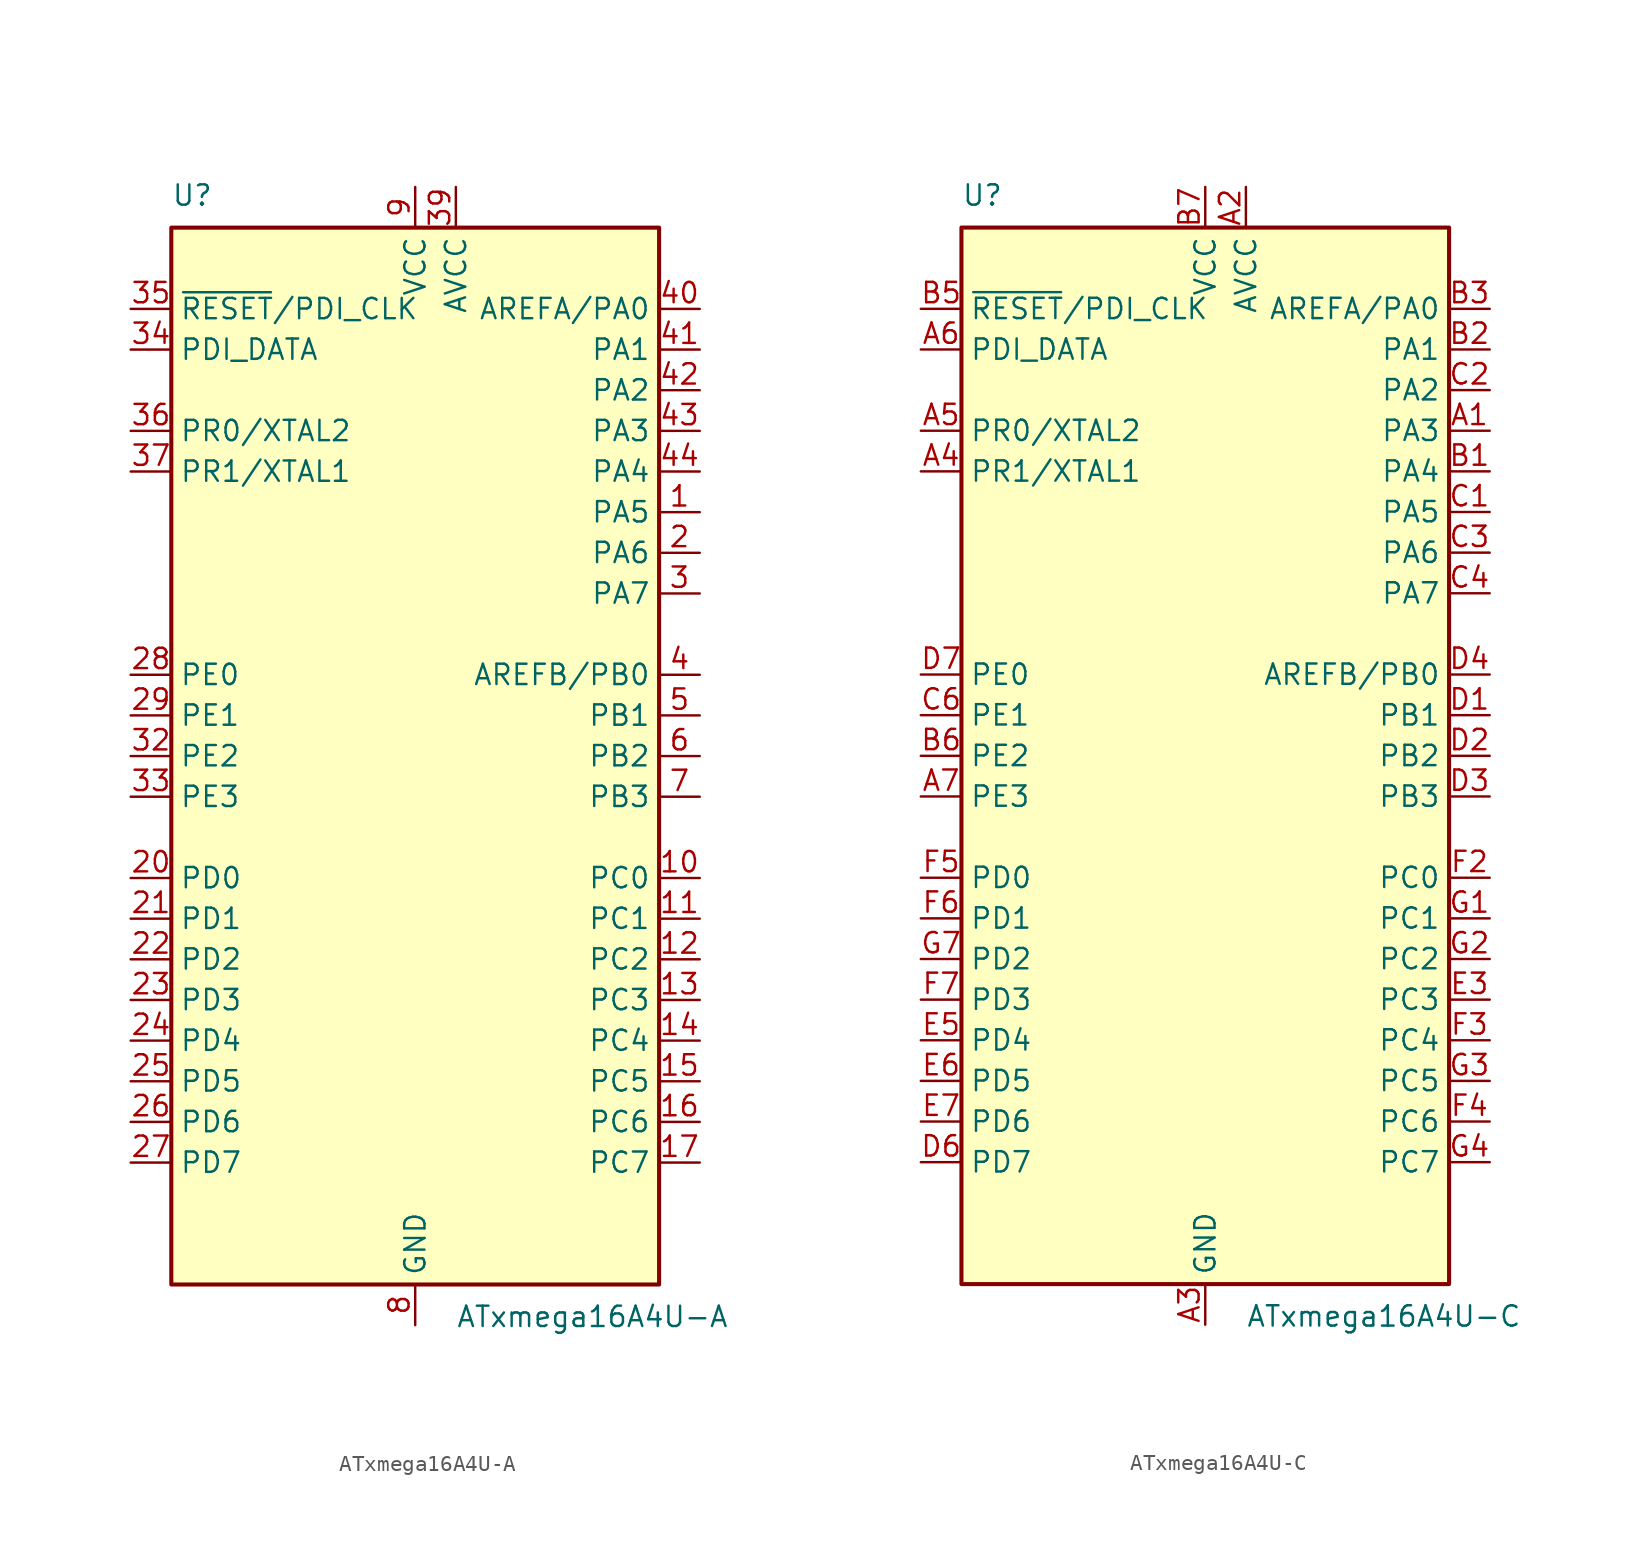
<source format=kicad_sym>
(kicad_symbol_lib
  (version 20241209)
  (generator "kicad_symbol_editor")
  (generator_version "9.0")
  (symbol "ATxmega16A4U-A"
    (property "Reference" "U"
      (at -15.24 34.29 0)
      (effects (font (size 1.27 1.27)) (justify left bottom)))
    (property "Value" "ATxmega16A4U-A"
      (at 2.54 -34.29 0)
      (effects (font (size 1.27 1.27)) (justify left top)))
    (symbol "ATxmega16A4U-A_0_1"
      (rectangle (start -15.24 -33.02) (end 15.24 33.02) (stroke (width 0.254) (type default)) (fill (type background))))
    (symbol "ATxmega16A4U-A_1_1"
      (pin input line (at -17.78 27.94 0) (length 2.54) (name "~{RESET}/PDI_CLK" (effects (font (size 1.27 1.27)))) (number "35" (effects (font (size 1.27 1.27)))))
      (pin bidirectional line (at -17.78 25.4 0) (length 2.54) (name "PDI_DATA" (effects (font (size 1.27 1.27)))) (number "34" (effects (font (size 1.27 1.27)))))
      (pin bidirectional line (at -17.78 20.32 0) (length 2.54) (name "PR0/XTAL2" (effects (font (size 1.27 1.27)))) (number "36" (effects (font (size 1.27 1.27)))))
      (pin bidirectional line (at -17.78 17.78 0) (length 2.54) (name "PR1/XTAL1" (effects (font (size 1.27 1.27)))) (number "37" (effects (font (size 1.27 1.27)))))
      (pin bidirectional line (at -17.78 5.08 0) (length 2.54) (name "PE0" (effects (font (size 1.27 1.27)))) (number "28" (effects (font (size 1.27 1.27)))))
      (pin bidirectional line (at -17.78 2.54 0) (length 2.54) (name "PE1" (effects (font (size 1.27 1.27)))) (number "29" (effects (font (size 1.27 1.27)))))
      (pin bidirectional line (at -17.78 0 0) (length 2.54) (name "PE2" (effects (font (size 1.27 1.27)))) (number "32" (effects (font (size 1.27 1.27)))))
      (pin bidirectional line (at -17.78 -2.54 0) (length 2.54) (name "PE3" (effects (font (size 1.27 1.27)))) (number "33" (effects (font (size 1.27 1.27)))))
      (pin bidirectional line (at -17.78 -7.62 0) (length 2.54) (name "PD0" (effects (font (size 1.27 1.27)))) (number "20" (effects (font (size 1.27 1.27)))))
      (pin bidirectional line (at -17.78 -10.16 0) (length 2.54) (name "PD1" (effects (font (size 1.27 1.27)))) (number "21" (effects (font (size 1.27 1.27)))))
      (pin bidirectional line (at -17.78 -12.7 0) (length 2.54) (name "PD2" (effects (font (size 1.27 1.27)))) (number "22" (effects (font (size 1.27 1.27)))))
      (pin bidirectional line (at -17.78 -15.24 0) (length 2.54) (name "PD3" (effects (font (size 1.27 1.27)))) (number "23" (effects (font (size 1.27 1.27)))))
      (pin bidirectional line (at -17.78 -17.78 0) (length 2.54) (name "PD4" (effects (font (size 1.27 1.27)))) (number "24" (effects (font (size 1.27 1.27)))))
      (pin bidirectional line (at -17.78 -20.32 0) (length 2.54) (name "PD5" (effects (font (size 1.27 1.27)))) (number "25" (effects (font (size 1.27 1.27)))))
      (pin bidirectional line (at -17.78 -22.86 0) (length 2.54) (name "PD6" (effects (font (size 1.27 1.27)))) (number "26" (effects (font (size 1.27 1.27)))))
      (pin bidirectional line (at -17.78 -25.4 0) (length 2.54) (name "PD7" (effects (font (size 1.27 1.27)))) (number "27" (effects (font (size 1.27 1.27)))))
      (pin passive line (at 0 35.56 270) (length 2.54) (hide yes) (name "VCC" (effects (font (size 1.27 1.27)))) (number "19" (effects (font (size 1.27 1.27)))))
      (pin passive line (at 0 35.56 270) (length 2.54) (hide yes) (name "VCC" (effects (font (size 1.27 1.27)))) (number "31" (effects (font (size 1.27 1.27)))))
      (pin power_in line (at 0 35.56 270) (length 2.54) (name "VCC" (effects (font (size 1.27 1.27)))) (number "9" (effects (font (size 1.27 1.27)))))
      (pin passive line (at 0 -35.56 90) (length 2.54) (hide yes) (name "GND" (effects (font (size 1.27 1.27)))) (number "18" (effects (font (size 1.27 1.27)))))
      (pin passive line (at 0 -35.56 90) (length 2.54) (hide yes) (name "GND" (effects (font (size 1.27 1.27)))) (number "30" (effects (font (size 1.27 1.27)))))
      (pin passive line (at 0 -35.56 90) (length 2.54) (hide yes) (name "GND" (effects (font (size 1.27 1.27)))) (number "38" (effects (font (size 1.27 1.27)))))
      (pin power_in line (at 0 -35.56 90) (length 2.54) (name "GND" (effects (font (size 1.27 1.27)))) (number "8" (effects (font (size 1.27 1.27)))))
      (pin power_in line (at 2.54 35.56 270) (length 2.54) (name "AVCC" (effects (font (size 1.27 1.27)))) (number "39" (effects (font (size 1.27 1.27)))))
      (pin bidirectional line (at 17.78 27.94 180) (length 2.54) (name "AREFA/PA0" (effects (font (size 1.27 1.27)))) (number "40" (effects (font (size 1.27 1.27)))))
      (pin bidirectional line (at 17.78 25.4 180) (length 2.54) (name "PA1" (effects (font (size 1.27 1.27)))) (number "41" (effects (font (size 1.27 1.27)))))
      (pin bidirectional line (at 17.78 22.86 180) (length 2.54) (name "PA2" (effects (font (size 1.27 1.27)))) (number "42" (effects (font (size 1.27 1.27)))))
      (pin bidirectional line (at 17.78 20.32 180) (length 2.54) (name "PA3" (effects (font (size 1.27 1.27)))) (number "43" (effects (font (size 1.27 1.27)))))
      (pin bidirectional line (at 17.78 17.78 180) (length 2.54) (name "PA4" (effects (font (size 1.27 1.27)))) (number "44" (effects (font (size 1.27 1.27)))))
      (pin bidirectional line (at 17.78 15.24 180) (length 2.54) (name "PA5" (effects (font (size 1.27 1.27)))) (number "1" (effects (font (size 1.27 1.27)))))
      (pin bidirectional line (at 17.78 12.7 180) (length 2.54) (name "PA6" (effects (font (size 1.27 1.27)))) (number "2" (effects (font (size 1.27 1.27)))))
      (pin bidirectional line (at 17.78 10.16 180) (length 2.54) (name "PA7" (effects (font (size 1.27 1.27)))) (number "3" (effects (font (size 1.27 1.27)))))
      (pin bidirectional line (at 17.78 5.08 180) (length 2.54) (name "AREFB/PB0" (effects (font (size 1.27 1.27)))) (number "4" (effects (font (size 1.27 1.27)))))
      (pin bidirectional line (at 17.78 2.54 180) (length 2.54) (name "PB1" (effects (font (size 1.27 1.27)))) (number "5" (effects (font (size 1.27 1.27)))))
      (pin bidirectional line (at 17.78 0 180) (length 2.54) (name "PB2" (effects (font (size 1.27 1.27)))) (number "6" (effects (font (size 1.27 1.27)))))
      (pin bidirectional line (at 17.78 -2.54 180) (length 2.54) (name "PB3" (effects (font (size 1.27 1.27)))) (number "7" (effects (font (size 1.27 1.27)))))
      (pin bidirectional line (at 17.78 -7.62 180) (length 2.54) (name "PC0" (effects (font (size 1.27 1.27)))) (number "10" (effects (font (size 1.27 1.27)))))
      (pin bidirectional line (at 17.78 -10.16 180) (length 2.54) (name "PC1" (effects (font (size 1.27 1.27)))) (number "11" (effects (font (size 1.27 1.27)))))
      (pin bidirectional line (at 17.78 -12.7 180) (length 2.54) (name "PC2" (effects (font (size 1.27 1.27)))) (number "12" (effects (font (size 1.27 1.27)))))
      (pin bidirectional line (at 17.78 -15.24 180) (length 2.54) (name "PC3" (effects (font (size 1.27 1.27)))) (number "13" (effects (font (size 1.27 1.27)))))
      (pin bidirectional line (at 17.78 -17.78 180) (length 2.54) (name "PC4" (effects (font (size 1.27 1.27)))) (number "14" (effects (font (size 1.27 1.27)))))
      (pin bidirectional line (at 17.78 -20.32 180) (length 2.54) (name "PC5" (effects (font (size 1.27 1.27)))) (number "15" (effects (font (size 1.27 1.27)))))
      (pin bidirectional line (at 17.78 -22.86 180) (length 2.54) (name "PC6" (effects (font (size 1.27 1.27)))) (number "16" (effects (font (size 1.27 1.27)))))
      (pin bidirectional line (at 17.78 -25.4 180) (length 2.54) (name "PC7" (effects (font (size 1.27 1.27)))) (number "17" (effects (font (size 1.27 1.27)))))))
  (symbol "ATxmega16A4U-C"
    (property "Reference" "U"
      (at -15.24 34.29 0)
      (effects (font (size 1.27 1.27)) (justify left bottom)))
    (property "Value" "ATxmega16A4U-C"
      (at 2.54 -34.29 0)
      (effects (font (size 1.27 1.27)) (justify left top)))
    (symbol "ATxmega16A4U-C_0_1"
      (rectangle (start -15.24 -33.02) (end 15.24 33.02) (stroke (width 0.254) (type default)) (fill (type background))))
    (symbol "ATxmega16A4U-C_1_1"
      (pin input line (at -17.78 27.94 0) (length 2.54) (name "~{RESET}/PDI_CLK" (effects (font (size 1.27 1.27)))) (number "B5" (effects (font (size 1.27 1.27)))))
      (pin bidirectional line (at -17.78 25.4 0) (length 2.54) (name "PDI_DATA" (effects (font (size 1.27 1.27)))) (number "A6" (effects (font (size 1.27 1.27)))))
      (pin bidirectional line (at -17.78 20.32 0) (length 2.54) (name "PR0/XTAL2" (effects (font (size 1.27 1.27)))) (number "A5" (effects (font (size 1.27 1.27)))))
      (pin bidirectional line (at -17.78 17.78 0) (length 2.54) (name "PR1/XTAL1" (effects (font (size 1.27 1.27)))) (number "A4" (effects (font (size 1.27 1.27)))))
      (pin bidirectional line (at -17.78 5.08 0) (length 2.54) (name "PE0" (effects (font (size 1.27 1.27)))) (number "D7" (effects (font (size 1.27 1.27)))))
      (pin bidirectional line (at -17.78 2.54 0) (length 2.54) (name "PE1" (effects (font (size 1.27 1.27)))) (number "C6" (effects (font (size 1.27 1.27)))))
      (pin bidirectional line (at -17.78 0 0) (length 2.54) (name "PE2" (effects (font (size 1.27 1.27)))) (number "B6" (effects (font (size 1.27 1.27)))))
      (pin bidirectional line (at -17.78 -2.54 0) (length 2.54) (name "PE3" (effects (font (size 1.27 1.27)))) (number "A7" (effects (font (size 1.27 1.27)))))
      (pin bidirectional line (at -17.78 -7.62 0) (length 2.54) (name "PD0" (effects (font (size 1.27 1.27)))) (number "F5" (effects (font (size 1.27 1.27)))))
      (pin bidirectional line (at -17.78 -10.16 0) (length 2.54) (name "PD1" (effects (font (size 1.27 1.27)))) (number "F6" (effects (font (size 1.27 1.27)))))
      (pin bidirectional line (at -17.78 -12.7 0) (length 2.54) (name "PD2" (effects (font (size 1.27 1.27)))) (number "G7" (effects (font (size 1.27 1.27)))))
      (pin bidirectional line (at -17.78 -15.24 0) (length 2.54) (name "PD3" (effects (font (size 1.27 1.27)))) (number "F7" (effects (font (size 1.27 1.27)))))
      (pin bidirectional line (at -17.78 -17.78 0) (length 2.54) (name "PD4" (effects (font (size 1.27 1.27)))) (number "E5" (effects (font (size 1.27 1.27)))))
      (pin bidirectional line (at -17.78 -20.32 0) (length 2.54) (name "PD5" (effects (font (size 1.27 1.27)))) (number "E6" (effects (font (size 1.27 1.27)))))
      (pin bidirectional line (at -17.78 -22.86 0) (length 2.54) (name "PD6" (effects (font (size 1.27 1.27)))) (number "E7" (effects (font (size 1.27 1.27)))))
      (pin bidirectional line (at -17.78 -25.4 0) (length 2.54) (name "PD7" (effects (font (size 1.27 1.27)))) (number "D6" (effects (font (size 1.27 1.27)))))
      (pin power_in line (at 0 35.56 270) (length 2.54) (name "VCC" (effects (font (size 1.27 1.27)))) (number "B7" (effects (font (size 1.27 1.27)))))
      (pin passive line (at 0 35.56 270) (length 2.54) (hide yes) (name "VCC" (effects (font (size 1.27 1.27)))) (number "F1" (effects (font (size 1.27 1.27)))))
      (pin passive line (at 0 35.56 270) (length 2.54) (hide yes) (name "VCC" (effects (font (size 1.27 1.27)))) (number "G6" (effects (font (size 1.27 1.27)))))
      (pin power_in line (at 0 -35.56 90) (length 2.54) (name "GND" (effects (font (size 1.27 1.27)))) (number "A3" (effects (font (size 1.27 1.27)))))
      (pin passive line (at 0 -35.56 90) (length 2.54) (hide yes) (name "GND" (effects (font (size 1.27 1.27)))) (number "B4" (effects (font (size 1.27 1.27)))))
      (pin passive line (at 0 -35.56 90) (length 2.54) (hide yes) (name "GND" (effects (font (size 1.27 1.27)))) (number "C5" (effects (font (size 1.27 1.27)))))
      (pin passive line (at 0 -35.56 90) (length 2.54) (hide yes) (name "GND" (effects (font (size 1.27 1.27)))) (number "C7" (effects (font (size 1.27 1.27)))))
      (pin passive line (at 0 -35.56 90) (length 2.54) (hide yes) (name "GND" (effects (font (size 1.27 1.27)))) (number "D5" (effects (font (size 1.27 1.27)))))
      (pin passive line (at 0 -35.56 90) (length 2.54) (hide yes) (name "GND" (effects (font (size 1.27 1.27)))) (number "E1" (effects (font (size 1.27 1.27)))))
      (pin passive line (at 0 -35.56 90) (length 2.54) (hide yes) (name "GND" (effects (font (size 1.27 1.27)))) (number "E2" (effects (font (size 1.27 1.27)))))
      (pin passive line (at 0 -35.56 90) (length 2.54) (hide yes) (name "GND" (effects (font (size 1.27 1.27)))) (number "E4" (effects (font (size 1.27 1.27)))))
      (pin passive line (at 0 -35.56 90) (length 2.54) (hide yes) (name "GND" (effects (font (size 1.27 1.27)))) (number "G5" (effects (font (size 1.27 1.27)))))
      (pin power_in line (at 2.54 35.56 270) (length 2.54) (name "AVCC" (effects (font (size 1.27 1.27)))) (number "A2" (effects (font (size 1.27 1.27)))))
      (pin bidirectional line (at 17.78 27.94 180) (length 2.54) (name "AREFA/PA0" (effects (font (size 1.27 1.27)))) (number "B3" (effects (font (size 1.27 1.27)))))
      (pin bidirectional line (at 17.78 25.4 180) (length 2.54) (name "PA1" (effects (font (size 1.27 1.27)))) (number "B2" (effects (font (size 1.27 1.27)))))
      (pin bidirectional line (at 17.78 22.86 180) (length 2.54) (name "PA2" (effects (font (size 1.27 1.27)))) (number "C2" (effects (font (size 1.27 1.27)))))
      (pin bidirectional line (at 17.78 20.32 180) (length 2.54) (name "PA3" (effects (font (size 1.27 1.27)))) (number "A1" (effects (font (size 1.27 1.27)))))
      (pin bidirectional line (at 17.78 17.78 180) (length 2.54) (name "PA4" (effects (font (size 1.27 1.27)))) (number "B1" (effects (font (size 1.27 1.27)))))
      (pin bidirectional line (at 17.78 15.24 180) (length 2.54) (name "PA5" (effects (font (size 1.27 1.27)))) (number "C1" (effects (font (size 1.27 1.27)))))
      (pin bidirectional line (at 17.78 12.7 180) (length 2.54) (name "PA6" (effects (font (size 1.27 1.27)))) (number "C3" (effects (font (size 1.27 1.27)))))
      (pin bidirectional line (at 17.78 10.16 180) (length 2.54) (name "PA7" (effects (font (size 1.27 1.27)))) (number "C4" (effects (font (size 1.27 1.27)))))
      (pin bidirectional line (at 17.78 5.08 180) (length 2.54) (name "AREFB/PB0" (effects (font (size 1.27 1.27)))) (number "D4" (effects (font (size 1.27 1.27)))))
      (pin bidirectional line (at 17.78 2.54 180) (length 2.54) (name "PB1" (effects (font (size 1.27 1.27)))) (number "D1" (effects (font (size 1.27 1.27)))))
      (pin bidirectional line (at 17.78 0 180) (length 2.54) (name "PB2" (effects (font (size 1.27 1.27)))) (number "D2" (effects (font (size 1.27 1.27)))))
      (pin bidirectional line (at 17.78 -2.54 180) (length 2.54) (name "PB3" (effects (font (size 1.27 1.27)))) (number "D3" (effects (font (size 1.27 1.27)))))
      (pin bidirectional line (at 17.78 -7.62 180) (length 2.54) (name "PC0" (effects (font (size 1.27 1.27)))) (number "F2" (effects (font (size 1.27 1.27)))))
      (pin bidirectional line (at 17.78 -10.16 180) (length 2.54) (name "PC1" (effects (font (size 1.27 1.27)))) (number "G1" (effects (font (size 1.27 1.27)))))
      (pin bidirectional line (at 17.78 -12.7 180) (length 2.54) (name "PC2" (effects (font (size 1.27 1.27)))) (number "G2" (effects (font (size 1.27 1.27)))))
      (pin bidirectional line (at 17.78 -15.24 180) (length 2.54) (name "PC3" (effects (font (size 1.27 1.27)))) (number "E3" (effects (font (size 1.27 1.27)))))
      (pin bidirectional line (at 17.78 -17.78 180) (length 2.54) (name "PC4" (effects (font (size 1.27 1.27)))) (number "F3" (effects (font (size 1.27 1.27)))))
      (pin bidirectional line (at 17.78 -20.32 180) (length 2.54) (name "PC5" (effects (font (size 1.27 1.27)))) (number "G3" (effects (font (size 1.27 1.27)))))
      (pin bidirectional line (at 17.78 -22.86 180) (length 2.54) (name "PC6" (effects (font (size 1.27 1.27)))) (number "F4" (effects (font (size 1.27 1.27)))))
      (pin bidirectional line (at 17.78 -25.4 180) (length 2.54) (name "PC7" (effects (font (size 1.27 1.27)))) (number "G4" (effects (font (size 1.27 1.27))))))))
</source>
